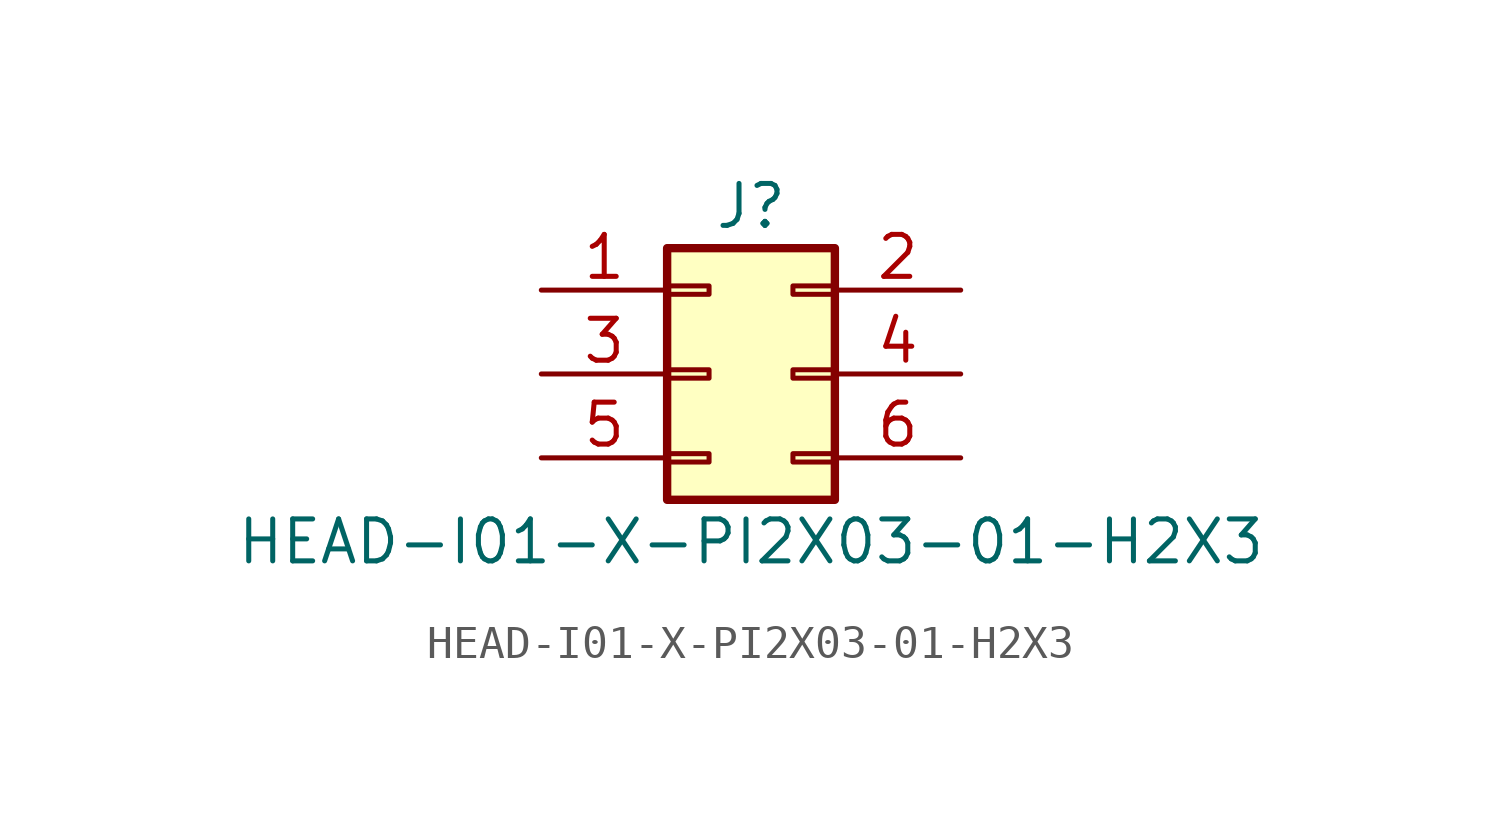
<source format=kicad_sym>
(kicad_symbol_lib
  (version 20211014)
  (generator kicad_symbol_editor)
  (symbol "HEAD-I01-X-PI2X03-01-H2X3"
    (pin_names
      (offset 1.016) hide)
    (property "Reference" "J"
      (at 1.27 5.08 0)
      (effects (font (size 1.27 1.27))))
    (property "Value" "HEAD-I01-X-PI2X03-01-H2X3"
      (at 1.27 -5.08 0)
      (effects (font (size 1.27 1.27))))
    (symbol "HEAD-I01-X-PI2X03-01-H2X3_1_1"
      (rectangle (start -1.27 -2.413) (end 0 -2.667) (stroke (width 0.152) (type default) (color 0 0 0 0)) (fill (type none)))
      (rectangle (start -1.27 0.127) (end 0 -0.127) (stroke (width 0.152) (type default) (color 0 0 0 0)) (fill (type none)))
      (rectangle (start -1.27 2.667) (end 0 2.413) (stroke (width 0.152) (type default) (color 0 0 0 0)) (fill (type none)))
      (rectangle (start -1.27 3.81) (end 3.81 -3.81) (stroke (width 0.254) (type default) (color 0 0 0 0)) (fill (type background)))
      (rectangle (start 3.81 -2.413) (end 2.54 -2.667) (stroke (width 0.152) (type default) (color 0 0 0 0)) (fill (type none)))
      (rectangle (start 3.81 0.127) (end 2.54 -0.127) (stroke (width 0.152) (type default) (color 0 0 0 0)) (fill (type none)))
      (rectangle (start 3.81 2.667) (end 2.54 2.413) (stroke (width 0.152) (type default) (color 0 0 0 0)) (fill (type none)))
      (pin passive line (at -5.08 2.54 0) (length 3.81) (name "Pin_1" (effects (font (size 1.27 1.27)))) (number "1" (effects (font (size 1.27 1.27)))))
      (pin passive line (at 7.62 2.54 180) (length 3.81) (name "Pin_2" (effects (font (size 1.27 1.27)))) (number "2" (effects (font (size 1.27 1.27)))))
      (pin passive line (at -5.08 0 0) (length 3.81) (name "Pin_3" (effects (font (size 1.27 1.27)))) (number "3" (effects (font (size 1.27 1.27)))))
      (pin passive line (at 7.62 0 180) (length 3.81) (name "Pin_4" (effects (font (size 1.27 1.27)))) (number "4" (effects (font (size 1.27 1.27)))))
      (pin passive line (at -5.08 -2.54 0) (length 3.81) (name "Pin_5" (effects (font (size 1.27 1.27)))) (number "5" (effects (font (size 1.27 1.27)))))
      (pin passive line (at 7.62 -2.54 180) (length 3.81) (name "Pin_6" (effects (font (size 1.27 1.27)))) (number "6" (effects (font (size 1.27 1.27))))))))
</source>
